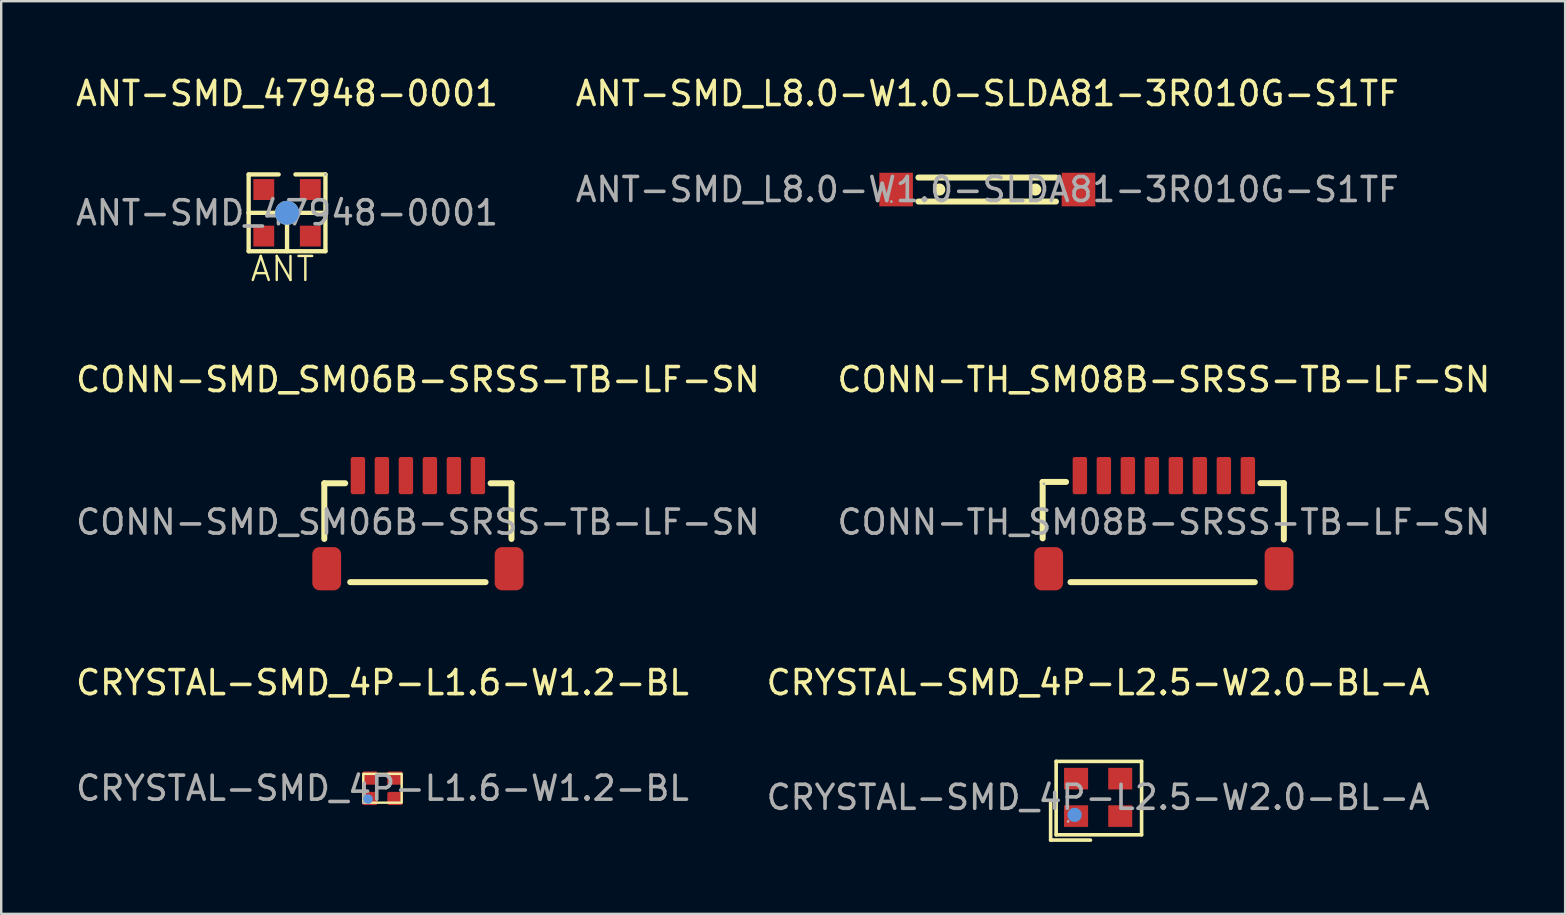
<source format=kicad_pcb>
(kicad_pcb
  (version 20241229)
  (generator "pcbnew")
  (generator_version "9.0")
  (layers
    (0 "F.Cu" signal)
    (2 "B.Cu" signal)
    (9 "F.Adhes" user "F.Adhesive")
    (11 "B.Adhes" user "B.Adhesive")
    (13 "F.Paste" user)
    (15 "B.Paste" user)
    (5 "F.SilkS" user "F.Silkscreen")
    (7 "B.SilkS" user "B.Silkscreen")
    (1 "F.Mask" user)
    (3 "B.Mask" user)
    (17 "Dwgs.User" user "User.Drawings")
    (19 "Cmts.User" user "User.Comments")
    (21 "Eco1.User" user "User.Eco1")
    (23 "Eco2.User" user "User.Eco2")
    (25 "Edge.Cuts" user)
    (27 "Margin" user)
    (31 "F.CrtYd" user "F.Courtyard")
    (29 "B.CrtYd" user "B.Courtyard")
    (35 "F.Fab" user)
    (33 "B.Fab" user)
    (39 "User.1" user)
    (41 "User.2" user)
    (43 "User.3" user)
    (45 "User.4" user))
  (footprint "CRYSTAL-SMD_4P-L2.5-W2.0-BL-A"
    (layer "F.Cu")
    (at 42.708 30.175)
    (property "Reference" "CRYSTAL-SMD_4P-L2.5-W2.0-BL-A" (at 0 -4.78 0) (layer "F.SilkS") (effects (font (size 1 1) (thickness 0.15))))
    (attr smd)
    (fp_line (start -1.98 0.23) (end -1.98 1.78) (stroke (width 0.15) (type solid)) (layer "F.SilkS"))
    (fp_line (start -1.98 1.78) (end -0.32 1.78) (stroke (width 0.15) (type solid)) (layer "F.SilkS"))
    (fp_line (start -1.75 -1.5) (end 1.81 -1.5) (stroke (width 0.15) (type solid)) (layer "F.SilkS"))
    (fp_line (start -1.75 1.56) (end -1.75 -1.5) (stroke (width 0.15) (type solid)) (layer "F.SilkS"))
    (fp_line (start 1.81 -1.5) (end 1.81 1.56) (stroke (width 0.15) (type solid)) (layer "F.SilkS"))
    (fp_line (start 1.81 1.56) (end -1.75 1.56) (stroke (width 0.15) (type solid)) (layer "F.SilkS"))
    (fp_circle (center -0.98 0.73) (end -0.83 0.73) (stroke (width 0.3) (type solid)) (fill no) (layer "Cmts.User"))
    (fp_circle (center -1.25 1) (end -1.22 1) (stroke (width 0.06) (type solid)) (fill no) (layer "F.Fab"))
    (fp_text user "${REFERENCE}" (at 0 0 0) (layer "F.Fab") (effects (font (size 1 1) (thickness 0.15))))
    (pad "1" smd rect (at -0.92 0.78) (size 1 0.9) (layers "F.Cu" "F.Mask" "F.Paste"))
    (pad "2" smd rect (at 0.92 0.78) (size 1 0.9) (layers "F.Cu" "F.Mask" "F.Paste"))
    (pad "3" smd rect (at 0.92 -0.78) (size 1 0.9) (layers "F.Cu" "F.Mask" "F.Paste"))
    (pad "4" smd rect (at -0.92 -0.78) (size 1 0.9) (layers "F.Cu" "F.Mask" "F.Paste")))
  (footprint "CONN-TH_SM08B-SRSS-TB-LF-SN"
    (layer "F.Cu")
    (at 45.446 18.707)
    (property "Reference" "CONN-TH_SM08B-SRSS-TB-LF-SN" (at 0 -5.94 0) (layer "F.SilkS") (effects (font (size 1 1) (thickness 0.15))))
    (attr through_hole)
    (fp_line (start -5.05 -1.675) (end -5.05 0.675) (stroke (width 0.25) (type solid)) (layer "F.SilkS"))
    (fp_line (start -4.075 -1.675) (end -5.05 -1.675) (stroke (width 0.25) (type solid)) (layer "F.SilkS"))
    (fp_line (start -3.89 2.5) (end 3.79 2.5) (stroke (width 0.25) (type solid)) (layer "F.SilkS"))
    (fp_line (start 4.025 -1.625) (end 5 -1.625) (stroke (width 0.25) (type solid)) (layer "F.SilkS"))
    (fp_line (start 5 -1.625) (end 5 0.725) (stroke (width 0.25) (type solid)) (layer "F.SilkS"))
    (fp_circle (center -5 -1.6) (end -4.97 -1.6) (stroke (width 0.06) (type solid)) (fill no) (layer "F.Fab"))
    (fp_text user "${REFERENCE}" (at 0 0 0) (layer "F.Fab") (effects (font (size 1 1) (thickness 0.15))))
    (pad "1" smd roundrect (at -3.5 -1.94) (size 0.6 1.55) (layers "F.Cu" "F.Mask" "F.Paste") (roundrect_rratio 0.15))
    (pad "2" smd roundrect (at -2.5 -1.94) (size 0.6 1.55) (layers "F.Cu" "F.Mask" "F.Paste") (roundrect_rratio 0.15))
    (pad "3" smd roundrect (at -1.5 -1.94) (size 0.6 1.55) (layers "F.Cu" "F.Mask" "F.Paste") (roundrect_rratio 0.15))
    (pad "4" smd roundrect (at -0.5 -1.94) (size 0.6 1.55) (layers "F.Cu" "F.Mask" "F.Paste") (roundrect_rratio 0.15))
    (pad "5" smd roundrect (at 0.5 -1.94) (size 0.6 1.55) (layers "F.Cu" "F.Mask" "F.Paste") (roundrect_rratio 0.15))
    (pad "6" smd roundrect (at 1.5 -1.94) (size 0.6 1.55) (layers "F.Cu" "F.Mask" "F.Paste") (roundrect_rratio 0.15))
    (pad "7" smd roundrect (at 2.5 -1.94) (size 0.6 1.55) (layers "F.Cu" "F.Mask" "F.Paste") (roundrect_rratio 0.15))
    (pad "8" smd roundrect (at 3.5 -1.94) (size 0.6 1.55) (layers "F.Cu" "F.Mask" "F.Paste") (roundrect_rratio 0.15))
    (pad "9" smd roundrect (at 4.8 1.94) (size 1.2 1.8) (layers "F.Cu" "F.Mask" "F.Paste") (roundrect_rratio 0.25))
    (pad "10" smd roundrect (at -4.8 1.94) (size 1.2 1.8) (layers "F.Cu" "F.Mask" "F.Paste") (roundrect_rratio 0.25)))
  (footprint "CRYSTAL-SMD_4P-L1.6-W1.2-BL"
    (layer "F.Cu")
    (at 12.887 29.795)
    (property "Reference" "CRYSTAL-SMD_4P-L1.6-W1.2-BL" (at 0 -4.4 0) (layer "F.SilkS") (effects (font (size 1 1) (thickness 0.15))))
    (attr through_hole)
    (fp_rect (start -0.8 -0.6) (end 0.8 0.6) (stroke (width 0.1) (type solid)) (fill no) (layer "F.SilkS"))
    (fp_circle (center -0.6 0.45) (end -0.5 0.45) (stroke (width 0.2) (type solid)) (fill no) (layer "Cmts.User"))
    (fp_circle (center -0.8 0.6) (end -0.77 0.6) (stroke (width 0.06) (type solid)) (fill no) (layer "F.Fab"))
    (fp_text user "${REFERENCE}" (at 0 0 0) (layer "F.Fab") (effects (font (size 1 1) (thickness 0.15))))
    (pad "1" smd roundrect (at -0.525 0.425) (size 0.65 0.55) (layers "F.Cu" "F.Mask" "F.Paste") (roundrect_rratio 0.15))
    (pad "2" smd roundrect (at 0.525 0.425) (size 0.65 0.55) (layers "F.Cu" "F.Mask" "F.Paste") (roundrect_rratio 0.15))
    (pad "3" smd roundrect (at 0.525 -0.425) (size 0.65 0.55) (layers "F.Cu" "F.Mask" "F.Paste") (roundrect_rratio 0.15))
    (pad "4" smd roundrect (at -0.525 -0.425) (size 0.65 0.55) (layers "F.Cu" "F.Mask" "F.Paste") (roundrect_rratio 0.15)))
  (footprint "CONN-SMD_SM06B-SRSS-TB-LF-SN"
    (layer "F.Cu")
    (at 14.363 18.707)
    (property "Reference" "CONN-SMD_SM06B-SRSS-TB-LF-SN" (at 0 -5.94 0) (layer "F.SilkS") (effects (font (size 1 1) (thickness 0.15))))
    (attr smd)
    (fp_line (start -3.9 -1.62) (end -3.9 0.7) (stroke (width 0.25) (type solid)) (layer "F.SilkS"))
    (fp_line (start -3.9 -1.62) (end -3.03 -1.62) (stroke (width 0.25) (type solid)) (layer "F.SilkS"))
    (fp_line (start -2.82 2.5) (end 2.82 2.5) (stroke (width 0.25) (type solid)) (layer "F.SilkS"))
    (fp_line (start 3.03 -1.62) (end 3.9 -1.62) (stroke (width 0.25) (type solid)) (layer "F.SilkS"))
    (fp_line (start 3.9 -1.62) (end 3.9 0.7) (stroke (width 0.25) (type solid)) (layer "F.SilkS"))
    (fp_text user "${REFERENCE}" (at 0 0 0) (layer "F.Fab") (effects (font (size 1 1) (thickness 0.15))))
    (pad "1" smd roundrect (at -2.5 -1.94) (size 0.6 1.55) (layers "F.Cu" "F.Mask" "F.Paste") (roundrect_rratio 0.15))
    (pad "2" smd roundrect (at -1.5 -1.94) (size 0.6 1.55) (layers "F.Cu" "F.Mask" "F.Paste") (roundrect_rratio 0.15))
    (pad "3" smd roundrect (at -0.5 -1.94) (size 0.6 1.55) (layers "F.Cu" "F.Mask" "F.Paste") (roundrect_rratio 0.15))
    (pad "4" smd roundrect (at 0.5 -1.94) (size 0.6 1.55) (layers "F.Cu" "F.Mask" "F.Paste") (roundrect_rratio 0.15))
    (pad "5" smd roundrect (at 1.5 -1.94) (size 0.6 1.55) (layers "F.Cu" "F.Mask" "F.Paste") (roundrect_rratio 0.15))
    (pad "6" smd roundrect (at 2.5 -1.94) (size 0.6 1.55) (layers "F.Cu" "F.Mask" "F.Paste") (roundrect_rratio 0.15))
    (pad "7" smd roundrect (at 3.8 1.94) (size 1.2 1.8) (layers "F.Cu" "F.Mask" "F.Paste") (roundrect_rratio 0.25))
    (pad "8" smd roundrect (at -3.8 1.94) (size 1.2 1.8) (layers "F.Cu" "F.Mask" "F.Paste") (roundrect_rratio 0.25)))
  (footprint "ANT-SMD_47948-0001"
    (layer "F.Cu")
    (at 8.911 5.818)
    (property "Reference" "ANT-SMD_47948-0001" (at 0 -4.97 0) (layer "F.SilkS") (effects (font (size 1 1) (thickness 0.15))))
    (attr smd)
    (fp_line (start -1.6 -1.6) (end -0.35 -1.6) (stroke (width 0.18) (type solid)) (layer "F.SilkS"))
    (fp_line (start -1.6 0) (end -1.6 -1.6) (stroke (width 0.18) (type solid)) (layer "F.SilkS"))
    (fp_line (start -1.6 1.6) (end -1.6 0) (stroke (width 0.18) (type solid)) (layer "F.SilkS"))
    (fp_line (start -0.43 0) (end -1.6 0) (stroke (width 0.18) (type solid)) (layer "F.SilkS"))
    (fp_line (start 0 0.42) (end 0 1.6) (stroke (width 0.18) (type solid)) (layer "F.SilkS"))
    (fp_line (start 0.43 0) (end 1.6 0) (stroke (width 0.18) (type solid)) (layer "F.SilkS"))
    (fp_line (start 1.6 -1.6) (end 0.35 -1.6) (stroke (width 0.18) (type solid)) (layer "F.SilkS"))
    (fp_line (start 1.6 -1.6) (end 1.6 1.6) (stroke (width 0.18) (type solid)) (layer "F.SilkS"))
    (fp_line (start 1.6 1.6) (end -1.6 1.6) (stroke (width 0.18) (type solid)) (layer "F.SilkS"))
    (fp_circle (center 0 0) (end 0.25 0) (stroke (width 0.5) (type solid)) (fill no) (layer "F.SilkS"))
    (fp_circle (center 0 0) (end 0.25 0) (stroke (width 0.5) (type solid)) (fill no) (layer "Cmts.User"))
    (fp_circle (center 1.6 -1.6) (end 1.63 -1.6) (stroke (width 0.06) (type solid)) (fill no) (layer "F.Fab"))
    (fp_text user "ANT" (at -1.59 2.34 0) (layer "F.SilkS") (effects (font (size 1 1) (thickness 0.1)) (justify left)))
    (fp_text user "${REFERENCE}" (at 0 0 0) (layer "F.Fab") (effects (font (size 1 1) (thickness 0.15))))
    (pad "1" smd rect (at 0.97 -0.97 180) (size 0.87 0.87) (layers "F.Cu" "F.Mask" "F.Paste"))
    (pad "2" smd rect (at -0.97 -0.97 180) (size 0.87 0.87) (layers "F.Cu" "F.Mask" "F.Paste"))
    (pad "3" smd rect (at -0.97 0.97 180) (size 0.87 0.87) (layers "F.Cu" "F.Mask" "F.Paste"))
    (pad "4" smd rect (at 0.97 0.97 180) (size 0.87 0.87) (layers "F.Cu" "F.Mask" "F.Paste")))
  (footprint "ANT-SMD_L8.0-W1.0-SLDA81-3R010G-S1TF"
    (layer "F.Cu")
    (at 38.089 4.848)
    (property "Reference" "ANT-SMD_L8.0-W1.0-SLDA81-3R010G-S1TF" (at 0 -4 0) (layer "F.SilkS") (effects (font (size 1 1) (thickness 0.15))))
    (attr smd)
    (fp_line (start -2.87 -0.5) (end 2.86 -0.5) (stroke (width 0.25) (type solid)) (layer "F.SilkS"))
    (fp_line (start 2.86 0.5) (end -2.87 0.5) (stroke (width 0.25) (type solid)) (layer "F.SilkS"))
    (fp_circle (center -2 0) (end -1.87 0) (stroke (width 0.25) (type solid)) (fill no) (layer "F.SilkS"))
    (fp_circle (center 2 0) (end 2.13 0) (stroke (width 0.25) (type solid)) (fill no) (layer "F.SilkS"))
    (fp_circle (center -4 0.5) (end -3.97 0.5) (stroke (width 0.06) (type solid)) (fill no) (layer "F.Fab"))
    (fp_text user "${REFERENCE}" (at 0 0 0) (layer "F.Fab") (effects (font (size 1 1) (thickness 0.15))))
    (pad "1" smd rect (at -3.8 0) (size 1.4 1.4) (layers "F.Cu" "F.Mask" "F.Paste"))
    (pad "2" smd rect (at 3.8 0) (size 1.4 1.4) (layers "F.Cu" "F.Mask" "F.Paste")))
  (gr_rect
    (start -3 -3)
    (end 62.167 35.03)
    (stroke (width 0.1) (type default))
    (fill no)
    (layer "Edge.Cuts")))
</source>
